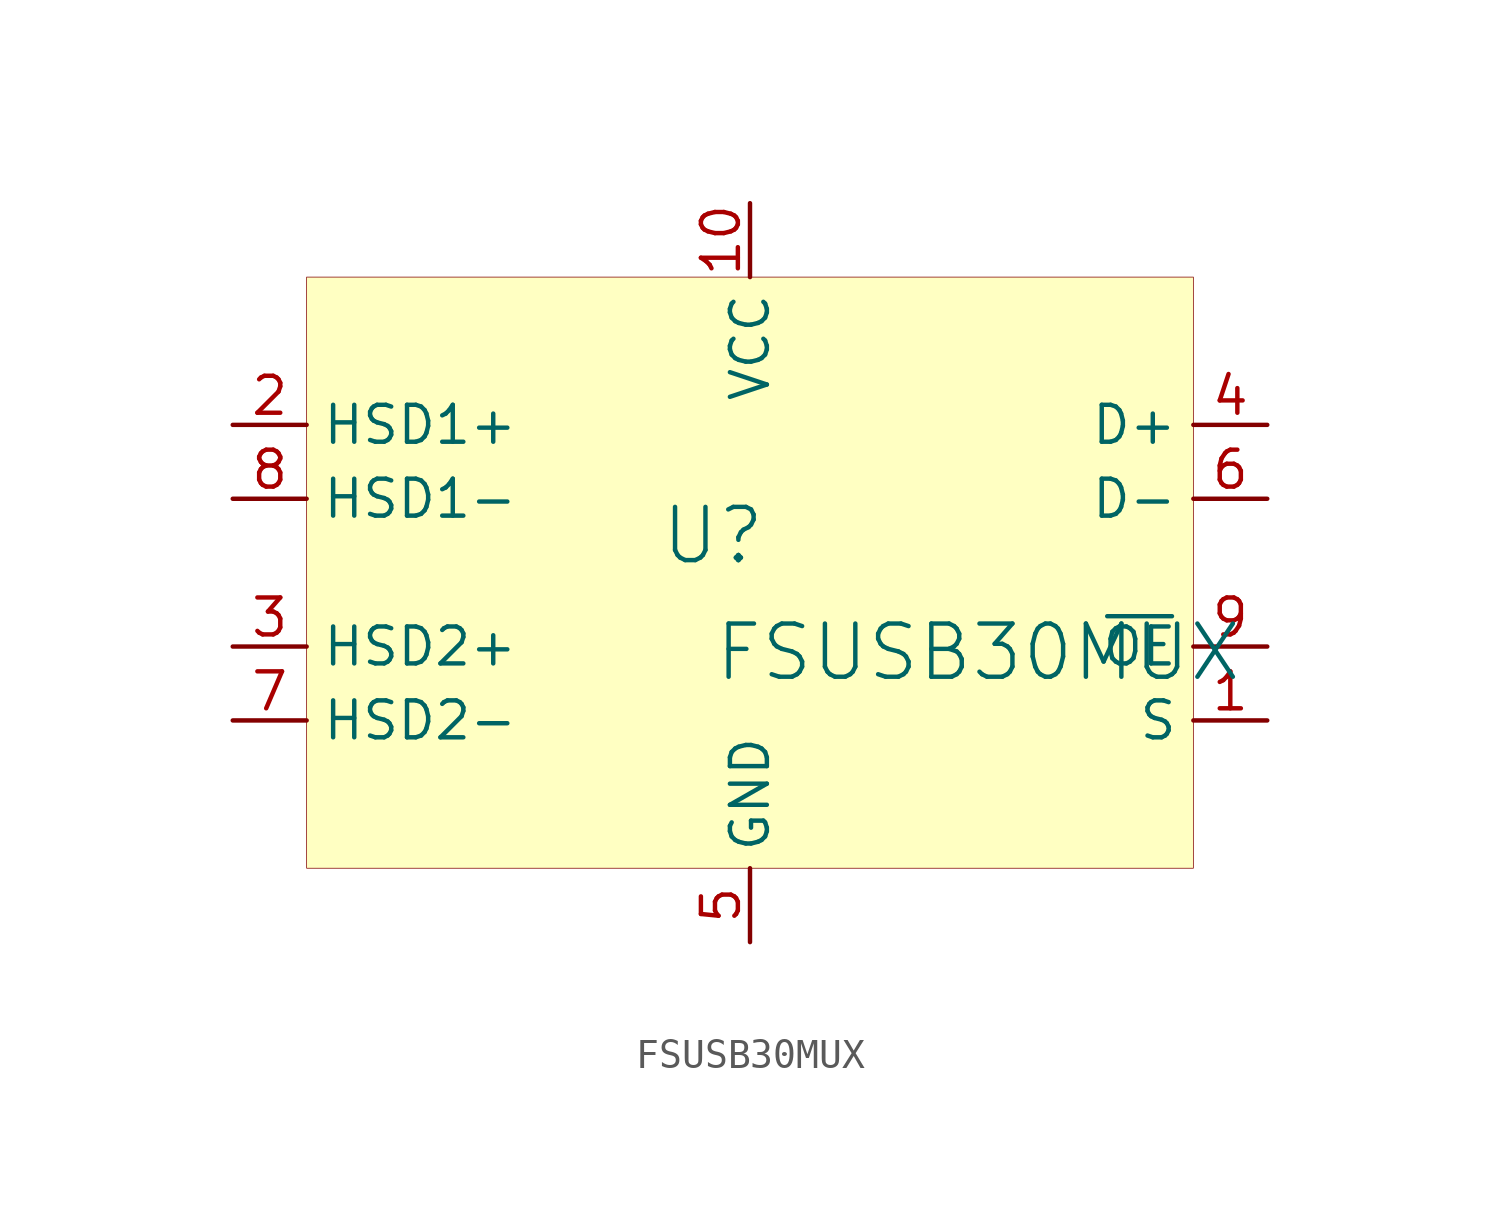
<source format=kicad_sym>
(kicad_symbol_lib
  (version 20231120)
  (generator "kicad_symbol_editor")
  (generator_version "8.0")
  (symbol "FSUSB30MUX"
    (property "Reference" "U"
      (at -1.27 1.27 0)
      (effects (font (size 1.829 1.829))))
    (property "Value" "FSUSB30MUX"
      (at -1.27 -3.81 0)
      (effects (font (size 1.829 1.829)) (justify left bottom)))
    (symbol "FSUSB30MUX_1_0"
      (rectangle (start 15.24 10.16) (end -15.24 -10.16) (stroke (width 0.025) (type solid) (color 128 0 0 1)) (fill (type background)))
      (pin passive line (at 17.78 -5.08 180) (length 2.54) (name "S" (effects (font (size 1.27 1.27)))) (number "1" (effects (font (size 1.27 1.27)))))
      (pin passive line (at 0 12.7 270) (length 2.54) (name "VCC" (effects (font (size 1.27 1.27)))) (number "10" (effects (font (size 1.27 1.27)))))
      (pin passive line (at -17.78 5.08 0) (length 2.54) (name "HSD1+" (effects (font (size 1.27 1.27)))) (number "2" (effects (font (size 1.27 1.27)))))
      (pin passive line (at -17.78 -2.54 0) (length 2.54) (name "HSD2+" (effects (font (size 1.27 1.27)))) (number "3" (effects (font (size 1.27 1.27)))))
      (pin passive line (at 17.78 5.08 180) (length 2.54) (name "D+" (effects (font (size 1.27 1.27)))) (number "4" (effects (font (size 1.27 1.27)))))
      (pin passive line (at 0 -12.7 90) (length 2.54) (name "GND" (effects (font (size 1.27 1.27)))) (number "5" (effects (font (size 1.27 1.27)))))
      (pin passive line (at 17.78 2.54 180) (length 2.54) (name "D-" (effects (font (size 1.27 1.27)))) (number "6" (effects (font (size 1.27 1.27)))))
      (pin passive line (at -17.78 -5.08 0) (length 2.54) (name "HSD2-" (effects (font (size 1.27 1.27)))) (number "7" (effects (font (size 1.27 1.27)))))
      (pin passive line (at -17.78 2.54 0) (length 2.54) (name "HSD1-" (effects (font (size 1.27 1.27)))) (number "8" (effects (font (size 1.27 1.27)))))
      (pin passive line (at 17.78 -2.54 180) (length 2.54) (name "~{OE}" (effects (font (size 1.27 1.27)))) (number "9" (effects (font (size 1.27 1.27))))))))
</source>
